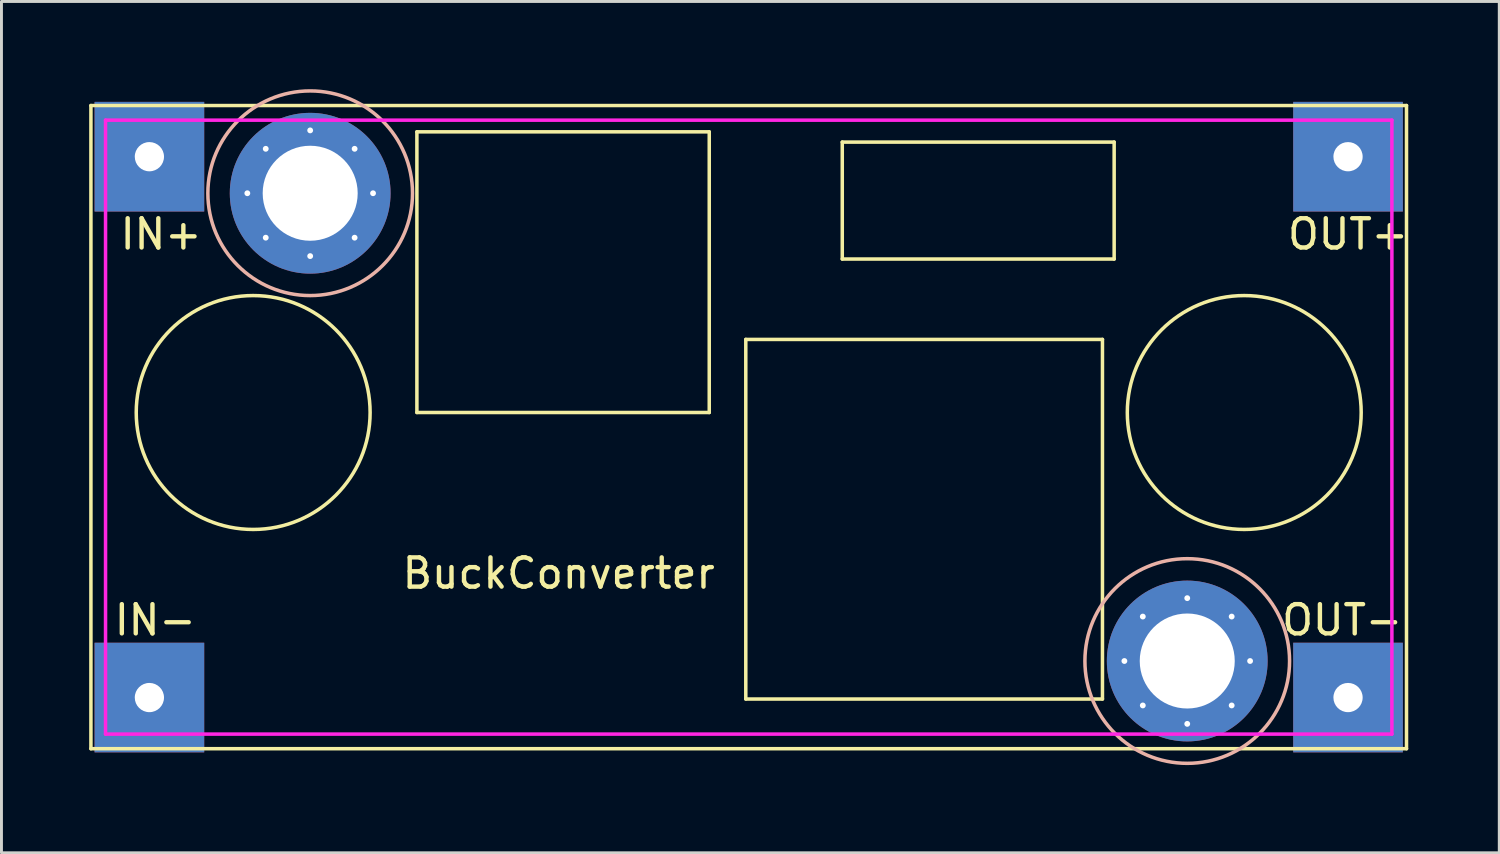
<source format=kicad_pcb>
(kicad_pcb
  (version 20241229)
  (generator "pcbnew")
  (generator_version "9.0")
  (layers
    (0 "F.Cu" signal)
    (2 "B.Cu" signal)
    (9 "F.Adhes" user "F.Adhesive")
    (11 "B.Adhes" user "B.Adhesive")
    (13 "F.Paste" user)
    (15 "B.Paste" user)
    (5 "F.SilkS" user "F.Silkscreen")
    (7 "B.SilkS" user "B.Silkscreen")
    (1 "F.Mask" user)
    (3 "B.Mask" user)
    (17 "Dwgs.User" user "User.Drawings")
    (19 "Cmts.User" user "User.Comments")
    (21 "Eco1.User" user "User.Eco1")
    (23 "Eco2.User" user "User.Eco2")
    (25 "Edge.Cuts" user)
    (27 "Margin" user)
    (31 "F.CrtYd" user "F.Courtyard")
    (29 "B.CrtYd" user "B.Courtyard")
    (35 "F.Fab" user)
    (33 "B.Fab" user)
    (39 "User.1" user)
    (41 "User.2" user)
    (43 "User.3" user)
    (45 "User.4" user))
  (footprint "BuckConverter"
    (layer "F.Cu")
    (at 22.56 11.56)
    (property "Reference" "BuckConverter" (at -6.5 5 0) (layer "F.SilkS") (effects (font (size 1 1) (thickness 0.15))))
    (attr through_hole)
    (fp_line (start -22.5 -11) (end -22.5 11) (stroke (width 0.12) (type solid)) (layer "F.SilkS"))
    (fp_line (start -22.5 11) (end 22.5 11) (stroke (width 0.12) (type solid)) (layer "F.SilkS"))
    (fp_line (start -11.35 -10.1) (end -1.35 -10.1) (stroke (width 0.12) (type solid)) (layer "F.SilkS"))
    (fp_line (start -11.35 -0.5) (end -11.35 -10.1) (stroke (width 0.12) (type solid)) (layer "F.SilkS"))
    (fp_line (start -1.35 -10.1) (end -1.35 -0.5) (stroke (width 0.12) (type solid)) (layer "F.SilkS"))
    (fp_line (start -1.35 -0.5) (end -11.35 -0.5) (stroke (width 0.12) (type solid)) (layer "F.SilkS"))
    (fp_line (start -0.1 -3) (end 12.1 -3) (stroke (width 0.12) (type solid)) (layer "F.SilkS"))
    (fp_line (start -0.1 9.3) (end -0.1 -3) (stroke (width 0.12) (type solid)) (layer "F.SilkS"))
    (fp_line (start 3.2 -9.75) (end 12.5 -9.75) (stroke (width 0.12) (type solid)) (layer "F.SilkS"))
    (fp_line (start 3.2 -5.75) (end 3.2 -9.75) (stroke (width 0.12) (type solid)) (layer "F.SilkS"))
    (fp_line (start 12.1 -3) (end 12.1 9.3) (stroke (width 0.12) (type solid)) (layer "F.SilkS"))
    (fp_line (start 12.1 9.3) (end -0.1 9.3) (stroke (width 0.12) (type solid)) (layer "F.SilkS"))
    (fp_line (start 12.5 -9.75) (end 12.5 -5.75) (stroke (width 0.12) (type solid)) (layer "F.SilkS"))
    (fp_line (start 12.5 -5.75) (end 3.2 -5.75) (stroke (width 0.12) (type solid)) (layer "F.SilkS"))
    (fp_line (start 22.5 -11) (end -22.5 -11) (stroke (width 0.12) (type solid)) (layer "F.SilkS"))
    (fp_line (start 22.5 11) (end 22.5 -11) (stroke (width 0.12) (type solid)) (layer "F.SilkS"))
    (fp_circle (center -16.95 -0.5) (end -16.95 3.5) (stroke (width 0.12) (type solid)) (fill no) (layer "F.SilkS"))
    (fp_circle (center 16.95 -0.5) (end 16.95 3.5) (stroke (width 0.12) (type solid)) (fill no) (layer "F.SilkS"))
    (fp_circle (center -15 -8) (end -15 -11.5) (stroke (width 0.12) (type solid)) (fill no) (layer "B.SilkS"))
    (fp_circle (center 15 8) (end 15 4.5) (stroke (width 0.12) (type solid)) (fill no) (layer "B.SilkS"))
    (fp_line (start -22 -10.5) (end -22 10.5) (stroke (width 0.12) (type solid)) (layer "F.CrtYd"))
    (fp_line (start -22 10.5) (end 22 10.5) (stroke (width 0.12) (type solid)) (layer "F.CrtYd"))
    (fp_line (start 22 -10.5) (end -22 -10.5) (stroke (width 0.12) (type solid)) (layer "F.CrtYd"))
    (fp_line (start 22 10.5) (end 22 -10.5) (stroke (width 0.12) (type solid)) (layer "F.CrtYd"))
    (fp_text user "OUT-" (at 20.3 6.6 0) (layer "F.SilkS") (effects (font (size 1 1) (thickness 0.15))))
    (fp_text user "OUT+" (at 20.5 -6.6 0) (layer "F.SilkS") (effects (font (size 1 1) (thickness 0.15))))
    (fp_text user "IN+" (at -20.1 -6.6 0) (layer "F.SilkS") (effects (font (size 1 1) (thickness 0.15))))
    (fp_text user "IN-" (at -20.3 6.6 0) (layer "F.SilkS") (effects (font (size 1 1) (thickness 0.15))))
    (pad "" thru_hole circle (at -17.15 -8) (size 0.5 0.5) (drill 0.2) (layers "*.Cu"))
    (pad "" thru_hole circle (at -16.52 -9.52) (size 0.5 0.5) (drill 0.2) (layers "*.Cu"))
    (pad "" thru_hole circle (at -16.52 -6.48) (size 0.5 0.5) (drill 0.2) (layers "*.Cu"))
    (pad "" thru_hole circle (at -15 -10.15) (size 0.5 0.5) (drill 0.2) (layers "*.Cu"))
    (pad "" thru_hole circle (at -15 -8) (size 5.5 5.5) (drill 3.25) (layers "*.Cu" "*.Mask"))
    (pad "" thru_hole circle (at -15 -5.85) (size 0.5 0.5) (drill 0.2) (layers "*.Cu"))
    (pad "" thru_hole circle (at -13.48 -9.52) (size 0.5 0.5) (drill 0.2) (layers "*.Cu"))
    (pad "" thru_hole circle (at -13.48 -6.48) (size 0.5 0.5) (drill 0.2) (layers "*.Cu"))
    (pad "" thru_hole circle (at -12.85 -8) (size 0.5 0.5) (drill 0.2) (layers "*.Cu"))
    (pad "" thru_hole circle (at 12.85 8) (size 0.5 0.5) (drill 0.2) (layers "*.Cu"))
    (pad "" thru_hole circle (at 13.48 6.48) (size 0.5 0.5) (drill 0.2) (layers "*.Cu"))
    (pad "" thru_hole circle (at 13.48 9.52) (size 0.5 0.5) (drill 0.2) (layers "*.Cu"))
    (pad "" thru_hole circle (at 15 5.85) (size 0.5 0.5) (drill 0.2) (layers "*.Cu"))
    (pad "" thru_hole circle (at 15 8) (size 5.5 5.5) (drill 3.25) (layers "*.Cu" "*.Mask"))
    (pad "" thru_hole circle (at 15 10.15) (size 0.5 0.5) (drill 0.2) (layers "*.Cu"))
    (pad "" thru_hole circle (at 16.52 6.48) (size 0.5 0.5) (drill 0.2) (layers "*.Cu"))
    (pad "" thru_hole circle (at 16.52 9.52) (size 0.5 0.5) (drill 0.2) (layers "*.Cu"))
    (pad "" thru_hole circle (at 17.15 8) (size 0.5 0.5) (drill 0.2) (layers "*.Cu"))
    (pad "1" thru_hole rect (at -20.5 -9.25) (size 3.75 3.75) (drill 1) (layers "*.Cu" "*.Mask"))
    (pad "2" thru_hole rect (at -20.5 9.25) (size 3.75 3.75) (drill 1) (layers "*.Cu" "*.Mask"))
    (pad "3" thru_hole rect (at 20.5 -9.25) (size 3.75 3.75) (drill 1) (layers "*.Cu" "*.Mask"))
    (pad "4" thru_hole rect (at 20.5 9.25) (size 3.75 3.75) (drill 1) (layers "*.Cu" "*.Mask")))
  (gr_rect
    (start -3 -3)
    (end 48.233 26.12)
    (stroke (width 0.1) (type default))
    (fill no)
    (layer "Edge.Cuts")))
</source>
